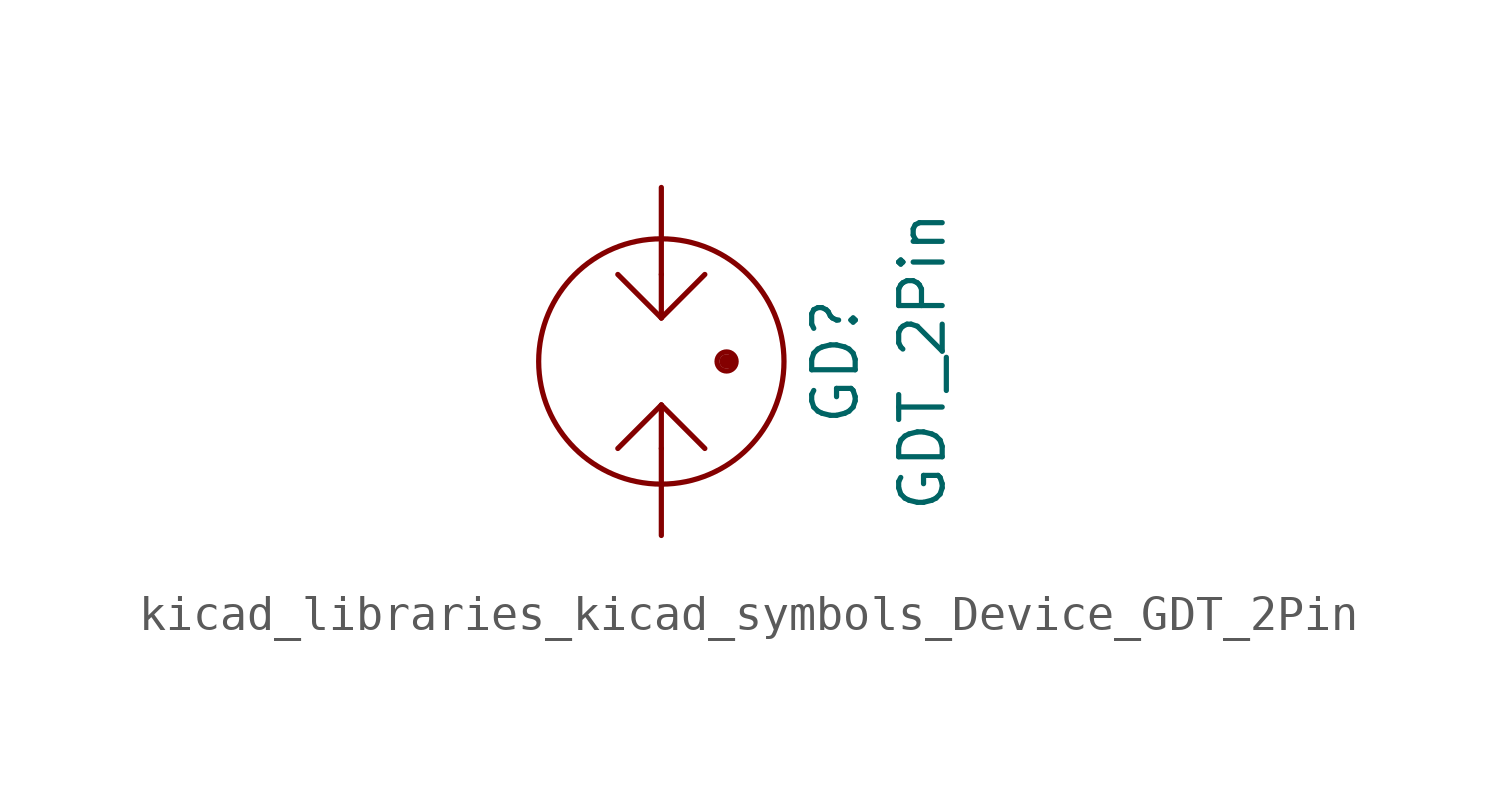
<source format=kicad_sym>
(kicad_symbol_lib
  (version 20220914)
  (generator kicad_symbol_editor)
  (symbol "kicad_libraries_kicad_symbols_Device_GDT_2Pin"
    (pin_numbers hide)
    (property "Reference" "GD"
      (at 5.08 0 90)
      (effects (font (size 1.27 1.27))))
    (property "Value" "GDT_2Pin"
      (at 7.62 0 90)
      (effects (font (size 1.27 1.27))))
    (symbol "kicad_libraries_kicad_symbols_Device_GDT_2Pin_0_1"
      (polyline (pts (xy 0 -2.54) (xy 0 -1.27)) (stroke (width 0) (type default)) (fill (type none)))
      (polyline (pts (xy 0 -1.27) (xy -1.27 -2.54)) (stroke (width 0) (type default)) (fill (type none)))
      (polyline (pts (xy 0 -1.27) (xy 1.27 -2.54)) (stroke (width 0) (type default)) (fill (type none)))
      (polyline (pts (xy 0 1.27) (xy -1.27 2.54)) (stroke (width 0) (type default)) (fill (type none)))
      (polyline (pts (xy 0 1.27) (xy 1.27 2.54)) (stroke (width 0) (type default)) (fill (type none)))
      (polyline (pts (xy 0 2.54) (xy 0 1.27)) (stroke (width 0) (type default)) (fill (type none)))
      (circle (center 0 0) (radius 3.581) (stroke (width 0) (type default)) (fill (type none)))
      (circle (center 1.905 0) (radius 0.127) (stroke (width 0) (type default)) (fill (type none)))
      (circle (center 1.905 0) (radius 0.127) (stroke (width 0) (type default)) (fill (type none)))
      (circle (center 1.905 0) (radius 0.279) (stroke (width 0) (type default)) (fill (type none)))
      (circle (center 2.032 0) (radius 0.127) (stroke (width 0) (type default)) (fill (type none))))
    (symbol "kicad_libraries_kicad_symbols_Device_GDT_2Pin_1_1"
      (pin passive line (at 0 -5.08 90) (length 2.54) (name "~" (effects (font (size 1.27 1.27)))) (number "1" (effects (font (size 1.27 1.27)))))
      (pin passive line (at 0 5.08 270) (length 2.54) (name "~" (effects (font (size 1.27 1.27)))) (number "3" (effects (font (size 1.27 1.27))))))))
</source>
